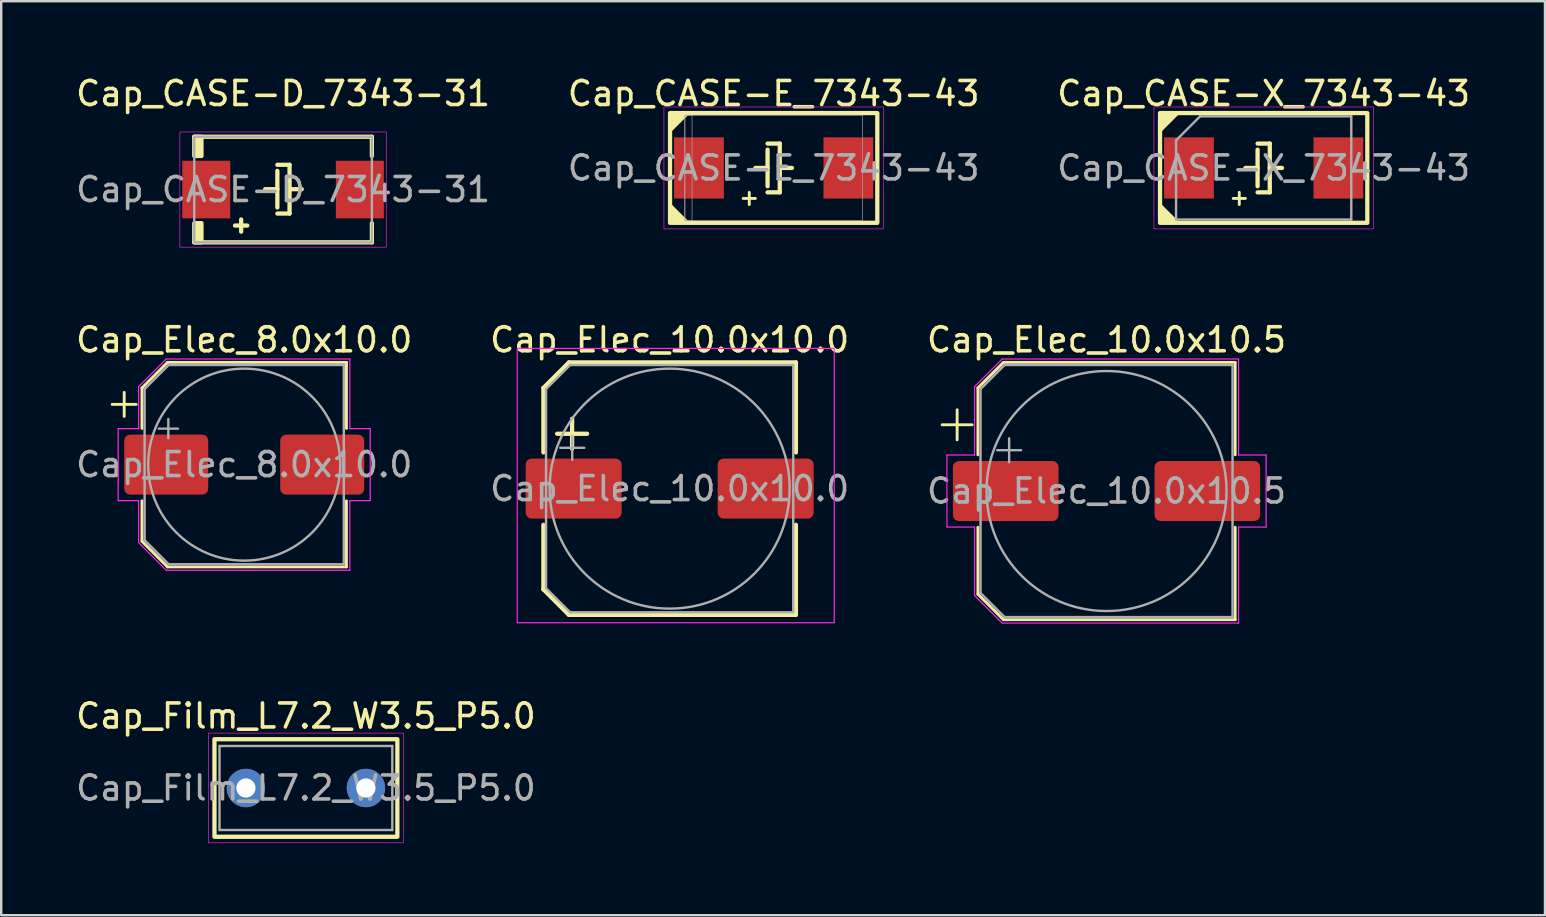
<source format=kicad_pcb>
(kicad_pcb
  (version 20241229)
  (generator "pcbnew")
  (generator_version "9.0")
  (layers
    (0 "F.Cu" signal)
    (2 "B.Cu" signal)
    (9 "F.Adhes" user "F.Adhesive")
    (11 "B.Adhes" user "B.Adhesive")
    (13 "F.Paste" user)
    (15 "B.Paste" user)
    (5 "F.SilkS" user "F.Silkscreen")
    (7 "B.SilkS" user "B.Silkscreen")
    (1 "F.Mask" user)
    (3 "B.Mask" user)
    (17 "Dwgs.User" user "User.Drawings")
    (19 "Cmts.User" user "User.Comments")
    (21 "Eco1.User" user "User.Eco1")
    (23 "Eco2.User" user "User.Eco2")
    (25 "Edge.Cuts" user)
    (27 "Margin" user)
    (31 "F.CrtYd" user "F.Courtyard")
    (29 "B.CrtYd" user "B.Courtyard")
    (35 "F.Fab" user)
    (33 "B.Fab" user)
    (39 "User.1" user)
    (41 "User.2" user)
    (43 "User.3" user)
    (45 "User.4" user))
  (footprint "Cap_Elec_8.0x10.0"
    (layer "F.Cu")
    (at 7.125 16.309)
    (property "Reference" "Cap_Elec_8.0x10.0" (at 0 -5.2 0) (layer "F.SilkS") (effects (font (size 1 1) (thickness 0.15))))
    (attr smd)
    (fp_line (start -5.5 -2.51) (end -4.5 -2.51) (stroke (width 0.12) (type solid)) (layer "F.SilkS"))
    (fp_line (start -5 -3.01) (end -5 -2.01) (stroke (width 0.12) (type solid)) (layer "F.SilkS"))
    (fp_line (start -4.26 -3.196) (end -4.26 -1.51) (stroke (width 0.12) (type solid)) (layer "F.SilkS"))
    (fp_line (start -4.26 -3.196) (end -3.196 -4.26) (stroke (width 0.12) (type solid)) (layer "F.SilkS"))
    (fp_line (start -4.26 3.196) (end -4.26 1.51) (stroke (width 0.12) (type solid)) (layer "F.SilkS"))
    (fp_line (start -4.26 3.196) (end -3.196 4.26) (stroke (width 0.12) (type solid)) (layer "F.SilkS"))
    (fp_line (start -3.196 -4.26) (end 4.26 -4.26) (stroke (width 0.12) (type solid)) (layer "F.SilkS"))
    (fp_line (start -3.196 4.26) (end 4.26 4.26) (stroke (width 0.12) (type solid)) (layer "F.SilkS"))
    (fp_line (start 4.26 -4.26) (end 4.26 -1.51) (stroke (width 0.12) (type solid)) (layer "F.SilkS"))
    (fp_line (start 4.26 4.26) (end 4.26 1.51) (stroke (width 0.12) (type solid)) (layer "F.SilkS"))
    (fp_line (start -5.25 -1.5) (end -5.25 1.5) (stroke (width 0.05) (type solid)) (layer "F.CrtYd"))
    (fp_line (start -5.25 1.5) (end -4.4 1.5) (stroke (width 0.05) (type solid)) (layer "F.CrtYd"))
    (fp_line (start -4.4 -3.25) (end -4.4 -1.5) (stroke (width 0.05) (type solid)) (layer "F.CrtYd"))
    (fp_line (start -4.4 -3.25) (end -3.25 -4.4) (stroke (width 0.05) (type solid)) (layer "F.CrtYd"))
    (fp_line (start -4.4 -1.5) (end -5.25 -1.5) (stroke (width 0.05) (type solid)) (layer "F.CrtYd"))
    (fp_line (start -4.4 1.5) (end -4.4 3.25) (stroke (width 0.05) (type solid)) (layer "F.CrtYd"))
    (fp_line (start -4.4 3.25) (end -3.25 4.4) (stroke (width 0.05) (type solid)) (layer "F.CrtYd"))
    (fp_line (start -3.25 -4.4) (end 4.4 -4.4) (stroke (width 0.05) (type solid)) (layer "F.CrtYd"))
    (fp_line (start -3.25 4.4) (end 4.4 4.4) (stroke (width 0.05) (type solid)) (layer "F.CrtYd"))
    (fp_line (start 4.4 -4.4) (end 4.4 -1.5) (stroke (width 0.05) (type solid)) (layer "F.CrtYd"))
    (fp_line (start 4.4 -1.5) (end 5.25 -1.5) (stroke (width 0.05) (type solid)) (layer "F.CrtYd"))
    (fp_line (start 4.4 1.5) (end 4.4 4.4) (stroke (width 0.05) (type solid)) (layer "F.CrtYd"))
    (fp_line (start 5.25 -1.5) (end 5.25 1.5) (stroke (width 0.05) (type solid)) (layer "F.CrtYd"))
    (fp_line (start 5.25 1.5) (end 4.4 1.5) (stroke (width 0.05) (type solid)) (layer "F.CrtYd"))
    (fp_line (start -4.15 -3.15) (end -4.15 3.15) (stroke (width 0.1) (type solid)) (layer "F.Fab"))
    (fp_line (start -4.15 -3.15) (end -3.15 -4.15) (stroke (width 0.1) (type solid)) (layer "F.Fab"))
    (fp_line (start -4.15 3.15) (end -3.15 4.15) (stroke (width 0.1) (type solid)) (layer "F.Fab"))
    (fp_line (start -3.562 -1.5) (end -2.762 -1.5) (stroke (width 0.1) (type solid)) (layer "F.Fab"))
    (fp_line (start -3.162 -1.9) (end -3.162 -1.1) (stroke (width 0.1) (type solid)) (layer "F.Fab"))
    (fp_line (start -3.15 -4.15) (end 4.15 -4.15) (stroke (width 0.1) (type solid)) (layer "F.Fab"))
    (fp_line (start -3.15 4.15) (end 4.15 4.15) (stroke (width 0.1) (type solid)) (layer "F.Fab"))
    (fp_line (start 4.15 -4.15) (end 4.15 4.15) (stroke (width 0.1) (type solid)) (layer "F.Fab"))
    (fp_circle (center 0 0) (end 4 0) (stroke (width 0.1) (type solid)) (fill no) (layer "F.Fab"))
    (fp_text user "${REFERENCE}" (at 0 0 0) (layer "F.Fab") (effects (font (size 1 1) (thickness 0.15))))
    (pad "1" smd roundrect (at -3.25 0) (size 3.5 2.5) (layers "F.Cu" "F.Mask" "F.Paste") (roundrect_rratio 0.1))
    (pad "2" smd roundrect (at 3.25 0) (size 3.5 2.5) (layers "F.Cu" "F.Mask" "F.Paste") (roundrect_rratio 0.1)))
  (footprint "Cap_CASE-E_7343-43"
    (layer "F.Cu")
    (at 29.185 3.948)
    (property "Reference" "Cap_CASE-E_7343-43" (at 0 -3.1 0) (layer "F.SilkS") (effects (font (size 1 1) (thickness 0.15))))
    (attr smd)
    (fp_line (start -1.27 1.27) (end -0.762 1.27) (stroke (width 0.12) (type solid)) (layer "F.SilkS"))
    (fp_line (start -1.016 1.016) (end -1.016 1.524) (stroke (width 0.12) (type solid)) (layer "F.SilkS"))
    (fp_line (start -0.762 0) (end -0.254 0) (stroke (width 0.178) (type solid)) (layer "F.SilkS"))
    (fp_line (start -0.254 -1.016) (end 0.254 -1.016) (stroke (width 0.178) (type solid)) (layer "F.SilkS"))
    (fp_line (start -0.254 -0.762) (end -0.254 0.762) (stroke (width 0.178) (type solid)) (layer "F.SilkS"))
    (fp_line (start 0.254 -1.016) (end 0.254 1.016) (stroke (width 0.178) (type solid)) (layer "F.SilkS"))
    (fp_line (start 0.254 1.016) (end -0.254 1.016) (stroke (width 0.178) (type solid)) (layer "F.SilkS"))
    (fp_line (start 0.762 0) (end 0.254 0) (stroke (width 0.178) (type solid)) (layer "F.SilkS"))
    (fp_rect (start -4.318 -2.286) (end 4.318 2.286) (stroke (width 0.178) (type default)) (fill no) (layer "F.SilkS"))
    (fp_poly (pts (xy -4.318 -2.286) (xy -4.318 -1.524) (xy -3.556 -2.286)) (stroke (width 0.1) (type solid)) (fill yes) (layer "F.SilkS"))
    (fp_poly (pts (xy -4.318 2.286) (xy -4.318 1.524) (xy -3.556 2.286)) (stroke (width 0.1) (type solid)) (fill yes) (layer "F.SilkS"))
    (fp_rect (start -4.572 -2.54) (end 4.572 2.54) (stroke (width 0.025) (type default)) (fill no) (layer "F.CrtYd"))
    (fp_rect (start -3.7 -2.2) (end -3.4 2.2) (stroke (width 0.025) (type solid)) (fill no) (layer "F.Fab"))
    (fp_rect (start -3.7 -2.2) (end 3.7 2.2) (stroke (width 0.025) (type solid)) (fill no) (layer "F.Fab"))
    (fp_text user "${REFERENCE}" (at 0 0 0) (layer "F.Fab") (effects (font (size 1 1) (thickness 0.15))))
    (pad "N" smd rect (at 3.112 0) (size 2.075 2.55) (layers "F.Cu" "F.Mask" "F.Paste"))
    (pad "P" smd rect (at -3.112 0) (size 2.075 2.55) (layers "F.Cu" "F.Mask" "F.Paste")))
  (footprint "Cap_CASE-X_7343-43"
    (layer "F.Cu")
    (at 49.601 3.948)
    (property "Reference" "Cap_CASE-X_7343-43" (at 0 -3.1 0) (layer "F.SilkS") (effects (font (size 1 1) (thickness 0.15))))
    (attr smd)
    (fp_line (start -1.27 1.27) (end -0.762 1.27) (stroke (width 0.12) (type solid)) (layer "F.SilkS"))
    (fp_line (start -1.016 1.016) (end -1.016 1.524) (stroke (width 0.12) (type solid)) (layer "F.SilkS"))
    (fp_line (start -0.762 0) (end -0.254 0) (stroke (width 0.178) (type solid)) (layer "F.SilkS"))
    (fp_line (start -0.254 -1.016) (end 0.254 -1.016) (stroke (width 0.178) (type solid)) (layer "F.SilkS"))
    (fp_line (start -0.254 -0.762) (end -0.254 0.762) (stroke (width 0.178) (type solid)) (layer "F.SilkS"))
    (fp_line (start 0.254 -1.016) (end 0.254 1.016) (stroke (width 0.178) (type solid)) (layer "F.SilkS"))
    (fp_line (start 0.254 1.016) (end -0.254 1.016) (stroke (width 0.178) (type solid)) (layer "F.SilkS"))
    (fp_line (start 0.762 0) (end 0.254 0) (stroke (width 0.178) (type solid)) (layer "F.SilkS"))
    (fp_rect (start -4.318 -2.286) (end 4.318 2.286) (stroke (width 0.178) (type default)) (fill no) (layer "F.SilkS"))
    (fp_poly (pts (xy -4.318 -2.286) (xy -4.318 -1.524) (xy -3.556 -2.286)) (stroke (width 0.1) (type solid)) (fill yes) (layer "F.SilkS"))
    (fp_poly (pts (xy -4.318 2.286) (xy -4.318 1.524) (xy -3.556 2.286)) (stroke (width 0.1) (type solid)) (fill yes) (layer "F.SilkS"))
    (fp_rect (start -4.572 -2.54) (end 4.572 2.54) (stroke (width 0.025) (type default)) (fill no) (layer "F.CrtYd"))
    (fp_line (start -3.65 -1.15) (end -3.65 2.15) (stroke (width 0.1) (type solid)) (layer "F.Fab"))
    (fp_line (start -3.65 2.15) (end 3.65 2.15) (stroke (width 0.1) (type solid)) (layer "F.Fab"))
    (fp_line (start -2.65 -2.15) (end -3.65 -1.15) (stroke (width 0.1) (type solid)) (layer "F.Fab"))
    (fp_line (start 3.65 -2.15) (end -2.65 -2.15) (stroke (width 0.1) (type solid)) (layer "F.Fab"))
    (fp_line (start 3.65 2.15) (end 3.65 -2.15) (stroke (width 0.1) (type solid)) (layer "F.Fab"))
    (fp_text user "${REFERENCE}" (at 0 0 0) (layer "F.Fab") (effects (font (size 1 1) (thickness 0.15))))
    (pad "N" smd rect (at 3.112 0) (size 2.075 2.55) (layers "F.Cu" "F.Mask" "F.Paste"))
    (pad "P" smd rect (at -3.112 0) (size 2.075 2.55) (layers "F.Cu" "F.Mask" "F.Paste")))
  (footprint "Cap_CASE-D_7343-31"
    (layer "F.Cu")
    (at 8.744 4.848)
    (property "Reference" "Cap_CASE-D_7343-31" (at 0 -4 0) (layer "F.SilkS") (effects (font (size 1 1) (thickness 0.15))))
    (attr smd)
    (fp_line (start -3.7 -2.2) (end 3.7 -2.2) (stroke (width 0.178) (type solid)) (layer "F.SilkS"))
    (fp_line (start -2 1.5) (end -1.492 1.5) (stroke (width 0.178) (type solid)) (layer "F.SilkS"))
    (fp_line (start -1.746 1.246) (end -1.746 1.754) (stroke (width 0.178) (type solid)) (layer "F.SilkS"))
    (fp_line (start -0.746 -0.016) (end -0.238 -0.016) (stroke (width 0.178) (type solid)) (layer "F.SilkS"))
    (fp_line (start -0.238 -1.032) (end 0.27 -1.032) (stroke (width 0.178) (type solid)) (layer "F.SilkS"))
    (fp_line (start -0.238 -0.778) (end -0.238 0.746) (stroke (width 0.178) (type solid)) (layer "F.SilkS"))
    (fp_line (start 0.27 -1.032) (end 0.27 1) (stroke (width 0.178) (type solid)) (layer "F.SilkS"))
    (fp_line (start 0.27 1) (end -0.238 1) (stroke (width 0.178) (type solid)) (layer "F.SilkS"))
    (fp_line (start 0.778 -0.016) (end 0.27 -0.016) (stroke (width 0.178) (type solid)) (layer "F.SilkS"))
    (fp_line (start 3.7 -1.4) (end 3.7 -2.2) (stroke (width 0.178) (type solid)) (layer "F.SilkS"))
    (fp_line (start 3.7 2.2) (end -3.7 2.2) (stroke (width 0.178) (type solid)) (layer "F.SilkS"))
    (fp_line (start 3.7 2.2) (end 3.7 1.4) (stroke (width 0.178) (type solid)) (layer "F.SilkS"))
    (fp_rect (start -3.7 -2.2) (end -3.4 -1.4) (stroke (width 0.178) (type solid)) (fill yes) (layer "F.SilkS"))
    (fp_rect (start -3.7 1.4) (end -3.4 2.2) (stroke (width 0.178) (type solid)) (fill yes) (layer "F.SilkS"))
    (fp_rect (start -4.3 -2.4) (end 4.3 2.4) (stroke (width 0.025) (type solid)) (fill no) (layer "F.CrtYd"))
    (fp_rect (start -3.7 -2.2) (end 3.7 2.2) (stroke (width 0.1) (type solid)) (fill no) (layer "F.Fab"))
    (fp_text user "${REFERENCE}" (at 0 0 0) (layer "F.Fab") (effects (font (size 1 1) (thickness 0.15))))
    (pad "N" smd rect (at 3.2 0) (size 2 2.4) (layers "F.Cu" "F.Mask" "F.Paste"))
    (pad "P" smd rect (at -3.2 0) (size 2 2.4) (layers "F.Cu" "F.Mask" "F.Paste")))
  (footprint "Cap_Film_L7.2_W3.5_P5.0"
    (layer "F.Cu")
    (at 9.696 29.782)
    (property "Reference" "Cap_Film_L7.2_W3.5_P5.0" (at 0 -3 0) (layer "F.SilkS") (effects (font (size 1 1) (thickness 0.15))))
    (attr through_hole)
    (fp_rect (start -3.81 2.032) (end 3.81 -2.032) (stroke (width 0.178) (type solid)) (fill no) (layer "F.SilkS"))
    (fp_rect (start -4.064 2.286) (end 4.064 -2.286) (stroke (width 0.025) (type solid)) (fill no) (layer "F.CrtYd"))
    (fp_line (start -3.6 -1.75) (end -3.6 1.75) (stroke (width 0.1) (type solid)) (layer "F.Fab"))
    (fp_line (start -3.6 1.75) (end 3.6 1.75) (stroke (width 0.1) (type solid)) (layer "F.Fab"))
    (fp_line (start 3.6 -1.75) (end -3.6 -1.75) (stroke (width 0.1) (type solid)) (layer "F.Fab"))
    (fp_line (start 3.6 1.75) (end 3.6 -1.75) (stroke (width 0.1) (type solid)) (layer "F.Fab"))
    (fp_text user "${REFERENCE}" (at 0 0 0) (layer "F.Fab") (effects (font (size 1 1) (thickness 0.15))))
    (pad "1" thru_hole circle (at -2.5 0) (size 1.6 1.6) (drill 0.8) (layers "*.Cu" "*.Mask"))
    (pad "2" thru_hole circle (at 2.5 0) (size 1.6 1.6) (drill 0.8) (layers "*.Cu" "*.Mask")))
  (footprint "Cap_Elec_10.0x10.0"
    (layer "F.Cu")
    (at 24.851 17.309)
    (property "Reference" "Cap_Elec_10.0x10.0" (at 0 -6.2 0) (layer "F.SilkS") (effects (font (size 1 1) (thickness 0.15))))
    (attr smd)
    (fp_line (start -5.26 -4.196) (end -5.26 -1.51) (stroke (width 0.178) (type solid)) (layer "F.SilkS"))
    (fp_line (start -5.26 -4.196) (end -4.196 -5.26) (stroke (width 0.178) (type solid)) (layer "F.SilkS"))
    (fp_line (start -5.26 4.196) (end -5.26 1.51) (stroke (width 0.178) (type solid)) (layer "F.SilkS"))
    (fp_line (start -5.26 4.196) (end -4.196 5.26) (stroke (width 0.178) (type solid)) (layer "F.SilkS"))
    (fp_line (start -4.689 -2.286) (end -3.439 -2.286) (stroke (width 0.178) (type solid)) (layer "F.SilkS"))
    (fp_line (start -4.196 -5.26) (end 5.26 -5.26) (stroke (width 0.178) (type solid)) (layer "F.SilkS"))
    (fp_line (start -4.196 5.26) (end 5.26 5.26) (stroke (width 0.178) (type solid)) (layer "F.SilkS"))
    (fp_line (start -4.064 -2.911) (end -4.064 -1.661) (stroke (width 0.178) (type solid)) (layer "F.SilkS"))
    (fp_line (start 5.26 -5.26) (end 5.26 -1.51) (stroke (width 0.178) (type solid)) (layer "F.SilkS"))
    (fp_line (start 5.26 5.26) (end 5.26 1.51) (stroke (width 0.178) (type solid)) (layer "F.SilkS"))
    (fp_rect (start -6.35 5.588) (end 6.858 -5.842) (stroke (width 0.05) (type solid)) (fill no) (layer "F.CrtYd"))
    (fp_line (start -5.15 -4.15) (end -5.15 4.15) (stroke (width 0.1) (type solid)) (layer "F.Fab"))
    (fp_line (start -5.15 -4.15) (end -4.15 -5.15) (stroke (width 0.1) (type solid)) (layer "F.Fab"))
    (fp_line (start -5.15 4.15) (end -4.15 5.15) (stroke (width 0.1) (type solid)) (layer "F.Fab"))
    (fp_line (start -4.558 -1.7) (end -3.558 -1.7) (stroke (width 0.1) (type solid)) (layer "F.Fab"))
    (fp_line (start -4.15 -5.15) (end 5.15 -5.15) (stroke (width 0.1) (type solid)) (layer "F.Fab"))
    (fp_line (start -4.15 5.15) (end 5.15 5.15) (stroke (width 0.1) (type solid)) (layer "F.Fab"))
    (fp_line (start -4.058 -2.2) (end -4.058 -1.2) (stroke (width 0.1) (type solid)) (layer "F.Fab"))
    (fp_line (start 5.15 -5.15) (end 5.15 5.15) (stroke (width 0.1) (type solid)) (layer "F.Fab"))
    (fp_circle (center 0 0) (end 5 0) (stroke (width 0.1) (type solid)) (fill no) (layer "F.Fab"))
    (fp_text user "${REFERENCE}" (at 0 0 0) (layer "F.Fab") (effects (font (size 1 1) (thickness 0.15))))
    (pad "N" smd roundrect (at 4 0) (size 4 2.5) (layers "F.Cu" "F.Mask" "F.Paste") (roundrect_rratio 0.1))
    (pad "P" smd roundrect (at -4 0) (size 4 2.5) (layers "F.Cu" "F.Mask" "F.Paste") (roundrect_rratio 0.1)))
  (footprint "Cap_Elec_10.0x10.5"
    (layer "F.Cu")
    (at 43.054 17.409)
    (property "Reference" "Cap_Elec_10.0x10.5" (at 0 -6.3 0) (layer "F.SilkS") (effects (font (size 1 1) (thickness 0.15))))
    (attr smd)
    (fp_line (start -6.85 -2.76) (end -5.6 -2.76) (stroke (width 0.12) (type solid)) (layer "F.SilkS"))
    (fp_line (start -6.225 -3.385) (end -6.225 -2.135) (stroke (width 0.12) (type solid)) (layer "F.SilkS"))
    (fp_line (start -5.36 -4.296) (end -5.36 -1.51) (stroke (width 0.12) (type solid)) (layer "F.SilkS"))
    (fp_line (start -5.36 -4.296) (end -4.296 -5.36) (stroke (width 0.12) (type solid)) (layer "F.SilkS"))
    (fp_line (start -5.36 4.296) (end -5.36 1.51) (stroke (width 0.12) (type solid)) (layer "F.SilkS"))
    (fp_line (start -5.36 4.296) (end -4.296 5.36) (stroke (width 0.12) (type solid)) (layer "F.SilkS"))
    (fp_line (start -4.296 -5.36) (end 5.36 -5.36) (stroke (width 0.12) (type solid)) (layer "F.SilkS"))
    (fp_line (start -4.296 5.36) (end 5.36 5.36) (stroke (width 0.12) (type solid)) (layer "F.SilkS"))
    (fp_line (start 5.36 -5.36) (end 5.36 -1.51) (stroke (width 0.12) (type solid)) (layer "F.SilkS"))
    (fp_line (start 5.36 5.36) (end 5.36 1.51) (stroke (width 0.12) (type solid)) (layer "F.SilkS"))
    (fp_line (start -6.65 -1.5) (end -6.65 1.5) (stroke (width 0.05) (type solid)) (layer "F.CrtYd"))
    (fp_line (start -6.65 1.5) (end -5.5 1.5) (stroke (width 0.05) (type solid)) (layer "F.CrtYd"))
    (fp_line (start -5.5 -4.35) (end -5.5 -1.5) (stroke (width 0.05) (type solid)) (layer "F.CrtYd"))
    (fp_line (start -5.5 -4.35) (end -4.35 -5.5) (stroke (width 0.05) (type solid)) (layer "F.CrtYd"))
    (fp_line (start -5.5 -1.5) (end -6.65 -1.5) (stroke (width 0.05) (type solid)) (layer "F.CrtYd"))
    (fp_line (start -5.5 1.5) (end -5.5 4.35) (stroke (width 0.05) (type solid)) (layer "F.CrtYd"))
    (fp_line (start -5.5 4.35) (end -4.35 5.5) (stroke (width 0.05) (type solid)) (layer "F.CrtYd"))
    (fp_line (start -4.35 -5.5) (end 5.5 -5.5) (stroke (width 0.05) (type solid)) (layer "F.CrtYd"))
    (fp_line (start -4.35 5.5) (end 5.5 5.5) (stroke (width 0.05) (type solid)) (layer "F.CrtYd"))
    (fp_line (start 5.5 -5.5) (end 5.5 -1.5) (stroke (width 0.05) (type solid)) (layer "F.CrtYd"))
    (fp_line (start 5.5 -1.5) (end 6.65 -1.5) (stroke (width 0.05) (type solid)) (layer "F.CrtYd"))
    (fp_line (start 5.5 1.5) (end 5.5 5.5) (stroke (width 0.05) (type solid)) (layer "F.CrtYd"))
    (fp_line (start 6.65 -1.5) (end 6.65 1.5) (stroke (width 0.05) (type solid)) (layer "F.CrtYd"))
    (fp_line (start 6.65 1.5) (end 5.5 1.5) (stroke (width 0.05) (type solid)) (layer "F.CrtYd"))
    (fp_line (start -5.25 -4.25) (end -5.25 4.25) (stroke (width 0.1) (type solid)) (layer "F.Fab"))
    (fp_line (start -5.25 -4.25) (end -4.25 -5.25) (stroke (width 0.1) (type solid)) (layer "F.Fab"))
    (fp_line (start -5.25 4.25) (end -4.25 5.25) (stroke (width 0.1) (type solid)) (layer "F.Fab"))
    (fp_line (start -4.558 -1.7) (end -3.558 -1.7) (stroke (width 0.1) (type solid)) (layer "F.Fab"))
    (fp_line (start -4.25 -5.25) (end 5.25 -5.25) (stroke (width 0.1) (type solid)) (layer "F.Fab"))
    (fp_line (start -4.25 5.25) (end 5.25 5.25) (stroke (width 0.1) (type solid)) (layer "F.Fab"))
    (fp_line (start -4.058 -2.2) (end -4.058 -1.2) (stroke (width 0.1) (type solid)) (layer "F.Fab"))
    (fp_line (start 5.25 -5.25) (end 5.25 5.25) (stroke (width 0.1) (type solid)) (layer "F.Fab"))
    (fp_circle (center 0 0) (end 5 0) (stroke (width 0.1) (type solid)) (fill no) (layer "F.Fab"))
    (fp_text user "${REFERENCE}" (at 0 0 0) (layer "F.Fab") (effects (font (size 1 1) (thickness 0.15))))
    (pad "N" smd roundrect (at 4.2 0) (size 4.4 2.5) (layers "F.Cu" "F.Mask" "F.Paste") (roundrect_rratio 0.1))
    (pad "P" smd roundrect (at -4.2 0) (size 4.4 2.5) (layers "F.Cu" "F.Mask" "F.Paste") (roundrect_rratio 0.1)))
  (gr_rect
    (start -3 -3)
    (end 61.321 35.081)
    (stroke (width 0.1) (type default))
    (fill no)
    (layer "Edge.Cuts")))
</source>
